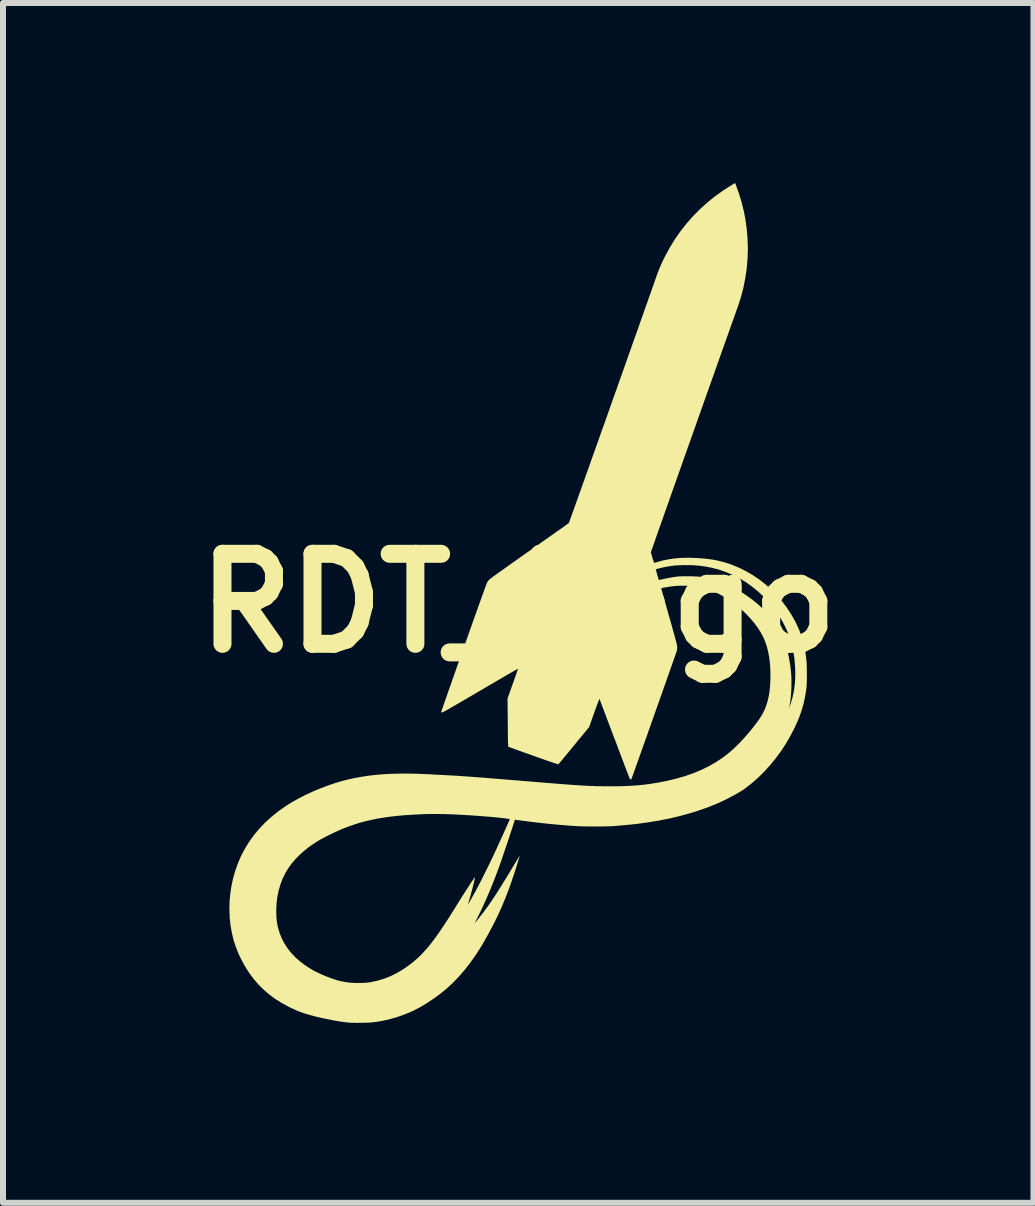
<source format=kicad_pcb>
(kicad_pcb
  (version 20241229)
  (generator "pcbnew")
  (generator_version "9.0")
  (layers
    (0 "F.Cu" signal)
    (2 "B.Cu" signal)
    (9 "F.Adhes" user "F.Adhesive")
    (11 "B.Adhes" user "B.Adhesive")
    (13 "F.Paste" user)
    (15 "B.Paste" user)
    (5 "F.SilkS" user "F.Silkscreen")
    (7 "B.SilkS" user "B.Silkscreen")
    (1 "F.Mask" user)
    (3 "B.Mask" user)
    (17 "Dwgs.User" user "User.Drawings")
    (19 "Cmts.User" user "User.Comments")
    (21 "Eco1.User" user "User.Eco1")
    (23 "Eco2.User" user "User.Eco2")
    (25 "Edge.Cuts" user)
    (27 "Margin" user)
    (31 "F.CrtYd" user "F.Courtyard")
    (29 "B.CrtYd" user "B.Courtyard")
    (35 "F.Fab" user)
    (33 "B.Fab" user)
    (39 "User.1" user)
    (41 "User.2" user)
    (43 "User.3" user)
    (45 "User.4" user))
  (footprint "RDT_Logo"
    (layer "F.Cu")
    (at 5.586 7)
    (property "Reference" "RDT_Logo" (at 0 0 0) (layer "F.SilkS") (effects (font (size 1.5 1.5) (thickness 0.3))))
    (attr board_only exclude_from_pos_files exclude_from_bom)
    (fp_poly (pts (xy 3.629 -6.961) (xy 3.68 -6.817) (xy 3.724 -6.672) (xy 3.76 -6.526) (xy 3.784 -6.401) (xy 3.807 -6.235) (xy 3.821 -6.07) (xy 3.826 -5.905) (xy 3.821 -5.74) (xy 3.807 -5.577) (xy 3.783 -5.414) (xy 3.751 -5.253) (xy 3.709 -5.094) (xy 3.658 -4.937) (xy 3.644 -4.899) (xy 3.64 -4.886) (xy 3.632 -4.865) (xy 3.622 -4.837) (xy 3.609 -4.8) (xy 3.594 -4.757) (xy 3.576 -4.707) (xy 3.555 -4.65) (xy 3.533 -4.587) (xy 3.509 -4.518) (xy 3.482 -4.444) (xy 3.454 -4.364) (xy 3.424 -4.28) (xy 3.392 -4.191) (xy 3.359 -4.098) (xy 3.325 -4.001) (xy 3.289 -3.901) (xy 3.253 -3.797) (xy 3.215 -3.691) (xy 3.177 -3.582) (xy 3.137 -3.472) (xy 3.097 -3.359) (xy 3.057 -3.245) (xy 3.016 -3.13) (xy 2.975 -3.014) (xy 2.934 -2.898) (xy 2.893 -2.782) (xy 2.852 -2.666) (xy 2.811 -2.551) (xy 2.77 -2.436) (xy 2.73 -2.323) (xy 2.691 -2.212) (xy 2.652 -2.102) (xy 2.614 -1.995) (xy 2.577 -1.89) (xy 2.541 -1.789) (xy 2.507 -1.691) (xy 2.473 -1.596) (xy 2.441 -1.506) (xy 2.411 -1.42) (xy 2.382 -1.338) (xy 2.355 -1.262) (xy 2.33 -1.191) (xy 2.307 -1.125) (xy 2.286 -1.066) (xy 2.268 -1.013) (xy 2.251 -0.967) (xy 2.238 -0.928) (xy 2.227 -0.897) (xy 2.218 -0.873) (xy 2.213 -0.857) (xy 2.21 -0.85) (xy 2.21 -0.849) (xy 2.212 -0.841) (xy 2.215 -0.826) (xy 2.221 -0.807) (xy 2.227 -0.784) (xy 2.235 -0.76) (xy 2.242 -0.735) (xy 2.25 -0.712) (xy 2.256 -0.693) (xy 2.261 -0.679) (xy 2.265 -0.671) (xy 2.266 -0.67) (xy 2.272 -0.672) (xy 2.285 -0.676) (xy 2.303 -0.681) (xy 2.324 -0.687) (xy 2.419 -0.713) (xy 2.517 -0.732) (xy 2.618 -0.746) (xy 2.723 -0.754) (xy 2.834 -0.756) (xy 2.879 -0.755) (xy 2.989 -0.751) (xy 3.091 -0.743) (xy 3.184 -0.733) (xy 3.269 -0.72) (xy 3.313 -0.711) (xy 3.438 -0.68) (xy 3.56 -0.639) (xy 3.679 -0.59) (xy 3.794 -0.533) (xy 3.906 -0.468) (xy 4.013 -0.396) (xy 4.116 -0.316) (xy 4.213 -0.229) (xy 4.305 -0.135) (xy 4.392 -0.035) (xy 4.472 0.071) (xy 4.546 0.183) (xy 4.613 0.301) (xy 4.641 0.358) (xy 4.681 0.447) (xy 4.716 0.539) (xy 4.745 0.635) (xy 4.768 0.736) (xy 4.788 0.843) (xy 4.802 0.958) (xy 4.803 0.964) (xy 4.805 0.987) (xy 4.806 1.018) (xy 4.807 1.055) (xy 4.808 1.096) (xy 4.809 1.14) (xy 4.809 1.185) (xy 4.809 1.231) (xy 4.809 1.274) (xy 4.808 1.315) (xy 4.807 1.351) (xy 4.805 1.381) (xy 4.803 1.404) (xy 4.803 1.409) (xy 4.787 1.513) (xy 4.769 1.611) (xy 4.747 1.703) (xy 4.72 1.793) (xy 4.689 1.883) (xy 4.652 1.973) (xy 4.609 2.068) (xy 4.597 2.092) (xy 4.529 2.223) (xy 4.455 2.35) (xy 4.374 2.473) (xy 4.287 2.59) (xy 4.195 2.702) (xy 4.099 2.808) (xy 3.999 2.907) (xy 3.896 2.998) (xy 3.789 3.081) (xy 3.767 3.097) (xy 3.729 3.123) (xy 3.683 3.151) (xy 3.632 3.181) (xy 3.577 3.211) (xy 3.519 3.242) (xy 3.46 3.272) (xy 3.4 3.301) (xy 3.343 3.327) (xy 3.308 3.343) (xy 3.16 3.402) (xy 3.007 3.456) (xy 2.85 3.505) (xy 2.688 3.549) (xy 2.52 3.589) (xy 2.346 3.623) (xy 2.165 3.653) (xy 1.978 3.679) (xy 1.783 3.699) (xy 1.58 3.716) (xy 1.574 3.716) (xy 1.544 3.718) (xy 1.507 3.719) (xy 1.463 3.72) (xy 1.413 3.721) (xy 1.36 3.722) (xy 1.305 3.722) (xy 1.248 3.722) (xy 1.192 3.722) (xy 1.139 3.721) (xy 1.088 3.72) (xy 1.042 3.719) (xy 1.003 3.718) (xy 0.978 3.716) (xy 0.879 3.71) (xy 0.773 3.702) (xy 0.661 3.692) (xy 0.544 3.681) (xy 0.424 3.669) (xy 0.303 3.655) (xy 0.182 3.641) (xy 0.063 3.625) (xy -0.027 3.613) (xy -0.056 3.609) (xy -0.086 3.701) (xy -0.1 3.746) (xy -0.117 3.797) (xy -0.135 3.852) (xy -0.154 3.911) (xy -0.175 3.973) (xy -0.196 4.035) (xy -0.217 4.097) (xy -0.237 4.157) (xy -0.257 4.215) (xy -0.275 4.269) (xy -0.292 4.318) (xy -0.307 4.36) (xy -0.32 4.395) (xy -0.32 4.397) (xy -0.37 4.531) (xy -0.419 4.657) (xy -0.467 4.776) (xy -0.516 4.891) (xy -0.565 5.001) (xy -0.615 5.11) (xy -0.667 5.215) (xy -0.682 5.246) (xy -0.696 5.273) (xy -0.707 5.297) (xy -0.716 5.315) (xy -0.722 5.327) (xy -0.724 5.332) (xy -0.724 5.332) (xy -0.72 5.329) (xy -0.711 5.318) (xy -0.699 5.303) (xy -0.683 5.283) (xy -0.664 5.259) (xy -0.644 5.234) (xy -0.623 5.206) (xy -0.601 5.179) (xy -0.581 5.152) (xy -0.562 5.126) (xy -0.545 5.103) (xy -0.539 5.096) (xy -0.505 5.049) (xy -0.471 5.001) (xy -0.437 4.95) (xy -0.401 4.896) (xy -0.363 4.839) (xy -0.324 4.777) (xy -0.282 4.71) (xy -0.237 4.637) (xy -0.188 4.558) (xy -0.136 4.472) (xy -0.098 4.408) (xy -0.074 4.369) (xy -0.052 4.333) (xy -0.032 4.3) (xy -0.015 4.271) (xy 0.000174 4.246) (xy 0.012 4.228) (xy 0.019 4.216) (xy 0.022 4.211) (xy 0.022 4.211) (xy 0.023 4.21) (xy 0.024 4.21) (xy 0.023 4.213) (xy 0.022 4.219) (xy 0.019 4.228) (xy 0.015 4.243) (xy 0.008 4.264) (xy -0.000064 4.291) (xy -0.011 4.326) (xy -0.014 4.338) (xy -0.064 4.497) (xy -0.115 4.647) (xy -0.166 4.79) (xy -0.219 4.926) (xy -0.273 5.056) (xy -0.329 5.181) (xy -0.385 5.297) (xy -0.411 5.347) (xy -0.439 5.402) (xy -0.47 5.459) (xy -0.501 5.517) (xy -0.533 5.574) (xy -0.563 5.628) (xy -0.592 5.678) (xy -0.617 5.721) (xy -0.619 5.723) (xy -0.706 5.86) (xy -0.798 5.989) (xy -0.892 6.111) (xy -0.99 6.224) (xy -1.091 6.329) (xy -1.195 6.425) (xy -1.302 6.512) (xy -1.317 6.523) (xy -1.355 6.551) (xy -1.397 6.581) (xy -1.442 6.612) (xy -1.488 6.642) (xy -1.534 6.672) (xy -1.577 6.699) (xy -1.616 6.722) (xy -1.642 6.737) (xy -1.763 6.799) (xy -1.889 6.852) (xy -2.019 6.898) (xy -2.151 6.936) (xy -2.26 6.96) (xy -2.311 6.969) (xy -2.358 6.977) (xy -2.402 6.982) (xy -2.447 6.987) (xy -2.495 6.99) (xy -2.547 6.992) (xy -2.606 6.993) (xy -2.625 6.993) (xy -2.664 6.994) (xy -2.702 6.994) (xy -2.739 6.993) (xy -2.771 6.993) (xy -2.797 6.992) (xy -2.816 6.991) (xy -2.82 6.99) (xy -2.869 6.985) (xy -2.919 6.979) (xy -2.971 6.972) (xy -3.027 6.962) (xy -3.087 6.951) (xy -3.153 6.938) (xy -3.226 6.923) (xy -3.303 6.906) (xy -3.397 6.884) (xy -3.482 6.861) (xy -3.562 6.837) (xy -3.639 6.81) (xy -3.713 6.78) (xy -3.786 6.746) (xy -3.829 6.725) (xy -3.944 6.662) (xy -4.052 6.594) (xy -4.152 6.52) (xy -4.244 6.44) (xy -4.33 6.355) (xy -4.409 6.263) (xy -4.482 6.165) (xy -4.53 6.09) (xy -4.555 6.049) (xy -4.581 6.003) (xy -4.606 5.955) (xy -4.63 5.908) (xy -4.651 5.864) (xy -4.663 5.84) (xy -4.708 5.725) (xy -4.746 5.606) (xy -4.775 5.483) (xy -4.796 5.358) (xy -4.809 5.232) (xy -4.813 5.117) (xy -4.033 5.117) (xy -4.032 5.174) (xy -4.031 5.207) (xy -4.029 5.24) (xy -4.026 5.271) (xy -4.024 5.298) (xy -4.022 5.313) (xy -4.003 5.41) (xy -3.975 5.502) (xy -3.939 5.591) (xy -3.894 5.676) (xy -3.841 5.757) (xy -3.779 5.834) (xy -3.709 5.907) (xy -3.631 5.975) (xy -3.544 6.04) (xy -3.52 6.056) (xy -3.471 6.087) (xy -3.423 6.116) (xy -3.375 6.141) (xy -3.324 6.166) (xy -3.269 6.191) (xy -3.207 6.217) (xy -3.139 6.243) (xy -3.077 6.265) (xy -3.018 6.284) (xy -2.962 6.298) (xy -2.905 6.31) (xy -2.847 6.319) (xy -2.787 6.326) (xy -2.757 6.328) (xy -2.72 6.329) (xy -2.679 6.33) (xy -2.635 6.329) (xy -2.591 6.328) (xy -2.549 6.326) (xy -2.511 6.323) (xy -2.479 6.319) (xy -2.465 6.317) (xy -2.352 6.293) (xy -2.242 6.261) (xy -2.135 6.219) (xy -2.031 6.168) (xy -1.928 6.108) (xy -1.828 6.039) (xy -1.821 6.034) (xy -1.774 5.998) (xy -1.728 5.96) (xy -1.683 5.921) (xy -1.64 5.88) (xy -1.596 5.836) (xy -1.553 5.789) (xy -1.509 5.739) (xy -1.465 5.685) (xy -1.419 5.626) (xy -1.372 5.562) (xy -1.323 5.493) (xy -1.272 5.418) (xy -1.218 5.337) (xy -1.16 5.248) (xy -1.1 5.152) (xy -1.035 5.049) (xy -1.034 5.047) (xy -1.023 5.028) (xy -0.844 5.028) (xy -0.841 5.031) (xy -0.839 5.028) (xy -0.841 5.026) (xy -0.844 5.028) (xy -1.023 5.028) (xy -1.003 4.997) (xy -0.972 4.947) (xy -0.941 4.897) (xy -0.91 4.849) (xy -0.88 4.802) (xy -0.852 4.758) (xy -0.825 4.718) (xy -0.801 4.68) (xy -0.779 4.648) (xy -0.76 4.62) (xy -0.745 4.597) (xy -0.733 4.581) (xy -0.725 4.572) (xy -0.722 4.57) (xy -0.722 4.57) (xy -0.723 4.578) (xy -0.725 4.593) (xy -0.73 4.616) (xy -0.736 4.644) (xy -0.744 4.677) (xy -0.753 4.712) (xy -0.763 4.751) (xy -0.773 4.79) (xy -0.784 4.829) (xy -0.794 4.867) (xy -0.804 4.903) (xy -0.814 4.935) (xy -0.82 4.957) (xy -0.827 4.979) (xy -0.833 4.998) (xy -0.836 5.012) (xy -0.838 5.019) (xy -0.838 5.019) (xy -0.835 5.016) (xy -0.828 5.005) (xy -0.818 4.988) (xy -0.805 4.966) (xy -0.79 4.94) (xy -0.773 4.91) (xy -0.755 4.878) (xy -0.737 4.845) (xy -0.718 4.812) (xy -0.701 4.779) (xy -0.698 4.774) (xy -0.68 4.741) (xy -0.66 4.702) (xy -0.637 4.657) (xy -0.611 4.607) (xy -0.585 4.554) (xy -0.557 4.499) (xy -0.53 4.444) (xy -0.503 4.39) (xy -0.477 4.337) (xy -0.454 4.288) (xy -0.433 4.244) (xy -0.429 4.236) (xy -0.413 4.203) (xy -0.396 4.166) (xy -0.377 4.125) (xy -0.357 4.082) (xy -0.336 4.036) (xy -0.315 3.989) (xy -0.293 3.941) (xy -0.271 3.894) (xy -0.25 3.847) (xy -0.23 3.802) (xy -0.211 3.76) (xy -0.193 3.721) (xy -0.178 3.686) (xy -0.165 3.657) (xy -0.154 3.633) (xy -0.146 3.615) (xy -0.142 3.605) (xy -0.141 3.602) (xy -0.146 3.599) (xy -0.16 3.596) (xy -0.182 3.592) (xy -0.213 3.587) (xy -0.252 3.583) (xy -0.299 3.577) (xy -0.353 3.572) (xy -0.414 3.566) (xy -0.481 3.56) (xy -0.631 3.548) (xy -0.772 3.538) (xy -0.905 3.53) (xy -1.03 3.523) (xy -1.148 3.518) (xy -1.26 3.515) (xy -1.365 3.514) (xy -1.466 3.514) (xy -1.561 3.516) (xy -1.612 3.518) (xy -1.754 3.525) (xy -1.889 3.534) (xy -2.015 3.545) (xy -2.135 3.559) (xy -2.249 3.575) (xy -2.358 3.593) (xy -2.462 3.615) (xy -2.563 3.639) (xy -2.661 3.666) (xy -2.756 3.697) (xy -2.851 3.731) (xy -2.945 3.768) (xy -2.964 3.776) (xy -2.998 3.791) (xy -3.036 3.809) (xy -3.079 3.829) (xy -3.123 3.85) (xy -3.168 3.872) (xy -3.21 3.894) (xy -3.249 3.914) (xy -3.283 3.932) (xy -3.302 3.942) (xy -3.395 4) (xy -3.484 4.061) (xy -3.567 4.127) (xy -3.644 4.196) (xy -3.714 4.267) (xy -3.776 4.34) (xy -3.826 4.408) (xy -3.88 4.497) (xy -3.926 4.59) (xy -3.963 4.688) (xy -3.993 4.79) (xy -4.015 4.896) (xy -4.028 5.005) (xy -4.033 5.117) (xy -4.813 5.117) (xy -4.814 5.103) (xy -4.811 4.974) (xy -4.799 4.845) (xy -4.78 4.717) (xy -4.753 4.59) (xy -4.717 4.464) (xy -4.674 4.342) (xy -4.623 4.222) (xy -4.604 4.183) (xy -4.541 4.067) (xy -4.469 3.954) (xy -4.39 3.847) (xy -4.302 3.744) (xy -4.206 3.645) (xy -4.102 3.552) (xy -3.99 3.463) (xy -3.869 3.379) (xy -3.869 3.378) (xy -3.766 3.314) (xy -3.655 3.252) (xy -3.538 3.193) (xy -3.417 3.137) (xy -3.292 3.085) (xy -3.166 3.037) (xy -3.04 2.995) (xy -2.916 2.959) (xy -2.837 2.939) (xy -2.723 2.914) (xy -2.607 2.893) (xy -2.488 2.875) (xy -2.365 2.861) (xy -2.237 2.851) (xy -2.105 2.844) (xy -1.966 2.841) (xy -1.821 2.841) (xy -1.669 2.844) (xy -1.509 2.851) (xy -1.461 2.853) (xy -1.433 2.855) (xy -1.399 2.857) (xy -1.359 2.859) (xy -1.317 2.861) (xy -1.275 2.863) (xy -1.239 2.865) (xy -1.185 2.868) (xy -1.132 2.871) (xy -1.079 2.874) (xy -1.025 2.877) (xy -0.969 2.881) (xy -0.912 2.885) (xy -0.853 2.889) (xy -0.79 2.893) (xy -0.724 2.898) (xy -0.653 2.904) (xy -0.578 2.909) (xy -0.497 2.916) (xy -0.41 2.923) (xy -0.316 2.93) (xy -0.215 2.939) (xy -0.107 2.948) (xy 0.011 2.957) (xy 0.064 2.962) (xy 0.187 2.972) (xy 0.301 2.981) (xy 0.407 2.99) (xy 0.505 2.998) (xy 0.596 3.005) (xy 0.68 3.012) (xy 0.757 3.018) (xy 0.829 3.023) (xy 0.895 3.028) (xy 0.957 3.032) (xy 1.014 3.036) (xy 1.067 3.039) (xy 1.117 3.042) (xy 1.165 3.045) (xy 1.21 3.047) (xy 1.253 3.048) (xy 1.295 3.05) (xy 1.337 3.051) (xy 1.378 3.051) (xy 1.419 3.052) (xy 1.461 3.052) (xy 1.504 3.052) (xy 1.534 3.052) (xy 1.642 3.052) (xy 1.743 3.05) (xy 1.838 3.046) (xy 1.928 3.041) (xy 2.015 3.034) (xy 2.1 3.025) (xy 2.186 3.014) (xy 2.274 3) (xy 2.323 2.992) (xy 2.483 2.961) (xy 2.635 2.924) (xy 2.78 2.882) (xy 2.918 2.834) (xy 3.048 2.78) (xy 3.171 2.72) (xy 3.287 2.654) (xy 3.395 2.583) (xy 3.424 2.562) (xy 3.482 2.518) (xy 3.536 2.473) (xy 3.59 2.425) (xy 3.645 2.372) (xy 3.678 2.339) (xy 3.753 2.26) (xy 3.826 2.177) (xy 3.898 2.09) (xy 3.97 1.997) (xy 4.015 1.934) (xy 4.058 1.868) (xy 4.095 1.798) (xy 4.127 1.723) (xy 4.152 1.642) (xy 4.173 1.555) (xy 4.188 1.462) (xy 4.197 1.362) (xy 4.202 1.258) (xy 4.202 1.136) (xy 4.195 1.02) (xy 4.183 0.911) (xy 4.164 0.809) (xy 4.139 0.714) (xy 4.108 0.626) (xy 4.087 0.577) (xy 4.043 0.493) (xy 3.99 0.41) (xy 3.93 0.328) (xy 3.861 0.248) (xy 3.787 0.17) (xy 3.706 0.096) (xy 3.62 0.025) (xy 3.529 -0.041) (xy 3.434 -0.102) (xy 3.37 -0.139) (xy 3.288 -0.181) (xy 3.208 -0.215) (xy 3.127 -0.242) (xy 3.045 -0.263) (xy 2.958 -0.278) (xy 2.867 -0.287) (xy 2.77 -0.29) (xy 2.756 -0.29) (xy 2.704 -0.29) (xy 2.66 -0.288) (xy 2.619 -0.286) (xy 2.578 -0.282) (xy 2.536 -0.276) (xy 2.489 -0.269) (xy 2.486 -0.268) (xy 2.452 -0.263) (xy 2.427 -0.258) (xy 2.408 -0.255) (xy 2.396 -0.252) (xy 2.388 -0.249) (xy 2.385 -0.247) (xy 2.383 -0.244) (xy 2.384 -0.24) (xy 2.384 -0.24) (xy 2.385 -0.234) (xy 2.389 -0.22) (xy 2.395 -0.198) (xy 2.403 -0.169) (xy 2.413 -0.133) (xy 2.425 -0.091) (xy 2.438 -0.044) (xy 2.453 0.007) (xy 2.469 0.063) (xy 2.486 0.123) (xy 2.503 0.185) (xy 2.515 0.226) (xy 2.537 0.302) (xy 2.556 0.369) (xy 2.572 0.429) (xy 2.587 0.481) (xy 2.6 0.526) (xy 2.61 0.565) (xy 2.619 0.598) (xy 2.627 0.626) (xy 2.633 0.65) (xy 2.638 0.669) (xy 2.641 0.685) (xy 2.644 0.698) (xy 2.646 0.709) (xy 2.647 0.718) (xy 2.647 0.724) (xy 2.648 0.75) (xy 2.646 0.773) (xy 2.644 0.788) (xy 2.642 0.795) (xy 2.637 0.81) (xy 2.629 0.834) (xy 2.618 0.864) (xy 2.605 0.902) (xy 2.59 0.946) (xy 2.572 0.995) (xy 2.553 1.051) (xy 2.531 1.111) (xy 2.509 1.176) (xy 2.484 1.245) (xy 2.459 1.318) (xy 2.432 1.394) (xy 2.404 1.472) (xy 2.376 1.553) (xy 2.347 1.635) (xy 2.317 1.719) (xy 2.287 1.803) (xy 2.257 1.888) (xy 2.227 1.972) (xy 2.198 2.056) (xy 2.168 2.139) (xy 2.14 2.22) (xy 2.112 2.299) (xy 2.084 2.376) (xy 2.058 2.449) (xy 2.033 2.52) (xy 2.01 2.586) (xy 1.988 2.648) (xy 1.967 2.704) (xy 1.949 2.756) (xy 1.933 2.802) (xy 1.919 2.841) (xy 1.907 2.874) (xy 1.898 2.899) (xy 1.891 2.917) (xy 1.887 2.926) (xy 1.887 2.928) (xy 1.878 2.937) (xy 1.867 2.937) (xy 1.862 2.934) (xy 1.86 2.929) (xy 1.855 2.916) (xy 1.846 2.895) (xy 1.835 2.867) (xy 1.821 2.832) (xy 1.805 2.79) (xy 1.787 2.743) (xy 1.767 2.69) (xy 1.745 2.632) (xy 1.721 2.569) (xy 1.696 2.503) (xy 1.669 2.433) (xy 1.642 2.36) (xy 1.614 2.285) (xy 1.607 2.267) (xy 1.578 2.191) (xy 1.55 2.117) (xy 1.524 2.047) (xy 1.498 1.979) (xy 1.474 1.916) (xy 1.452 1.857) (xy 1.431 1.802) (xy 1.413 1.753) (xy 1.396 1.71) (xy 1.382 1.673) (xy 1.371 1.642) (xy 1.362 1.619) (xy 1.356 1.604) (xy 1.353 1.597) (xy 1.353 1.597) (xy 1.351 1.599) (xy 1.346 1.611) (xy 1.338 1.631) (xy 1.327 1.658) (xy 1.314 1.694) (xy 1.298 1.736) (xy 1.28 1.786) (xy 1.265 1.828) (xy 1.181 2.066) (xy 0.929 2.371) (xy 0.891 2.418) (xy 0.854 2.463) (xy 0.82 2.505) (xy 0.787 2.544) (xy 0.758 2.579) (xy 0.733 2.61) (xy 0.711 2.636) (xy 0.693 2.657) (xy 0.681 2.673) (xy 0.673 2.681) (xy 0.672 2.683) (xy 0.669 2.684) (xy 0.665 2.684) (xy 0.659 2.683) (xy 0.649 2.68) (xy 0.635 2.677) (xy 0.618 2.671) (xy 0.596 2.664) (xy 0.568 2.655) (xy 0.535 2.643) (xy 0.496 2.63) (xy 0.45 2.614) (xy 0.397 2.595) (xy 0.336 2.574) (xy 0.267 2.549) (xy 0.254 2.545) (xy 0.195 2.523) (xy 0.137 2.503) (xy 0.083 2.484) (xy 0.033 2.466) (xy -0.014 2.449) (xy -0.055 2.434) (xy -0.09 2.421) (xy -0.12 2.41) (xy -0.142 2.402) (xy -0.157 2.396) (xy -0.164 2.394) (xy -0.164 2.394) (xy -0.165 2.392) (xy -0.167 2.389) (xy -0.168 2.384) (xy -0.169 2.376) (xy -0.169 2.366) (xy -0.17 2.351) (xy -0.171 2.332) (xy -0.172 2.308) (xy -0.172 2.279) (xy -0.173 2.243) (xy -0.173 2.201) (xy -0.174 2.151) (xy -0.174 2.094) (xy -0.175 2.028) (xy -0.175 1.989) (xy -0.179 1.59) (xy -0.092 1.345) (xy -0.075 1.299) (xy -0.06 1.256) (xy -0.046 1.217) (xy -0.034 1.181) (xy -0.023 1.151) (xy -0.015 1.127) (xy -0.009 1.11) (xy -0.005 1.1) (xy -0.005 1.098) (xy -0.008 1.096) (xy -0.01 1.096) (xy -0.014 1.098) (xy -0.027 1.105) (xy -0.046 1.116) (xy -0.072 1.131) (xy -0.105 1.15) (xy -0.144 1.172) (xy -0.188 1.198) (xy -0.237 1.226) (xy -0.29 1.258) (xy -0.348 1.291) (xy -0.409 1.327) (xy -0.474 1.365) (xy -0.541 1.404) (xy -0.611 1.445) (xy -0.639 1.461) (xy -0.729 1.514) (xy -0.811 1.562) (xy -0.886 1.606) (xy -0.953 1.645) (xy -1.013 1.68) (xy -1.066 1.711) (xy -1.113 1.737) (xy -1.153 1.76) (xy -1.186 1.779) (xy -1.214 1.795) (xy -1.236 1.807) (xy -1.253 1.816) (xy -1.264 1.821) (xy -1.27 1.824) (xy -1.272 1.824) (xy -1.281 1.818) (xy -1.284 1.814) (xy -1.282 1.809) (xy -1.278 1.796) (xy -1.271 1.774) (xy -1.261 1.746) (xy -1.249 1.71) (xy -1.234 1.667) (xy -1.217 1.619) (xy -1.198 1.565) (xy -1.178 1.506) (xy -1.155 1.442) (xy -1.131 1.374) (xy -1.106 1.302) (xy -1.08 1.227) (xy -1.052 1.149) (xy -1.024 1.069) (xy -0.995 0.987) (xy -0.966 0.904) (xy -0.936 0.819) (xy -0.906 0.735) (xy -0.876 0.65) (xy -0.846 0.566) (xy -0.817 0.482) (xy -0.787 0.4) (xy -0.759 0.32) (xy -0.731 0.242) (xy -0.705 0.168) (xy -0.679 0.096) (xy -0.655 0.028) (xy -0.632 -0.036) (xy -0.611 -0.095) (xy -0.592 -0.148) (xy -0.574 -0.196) (xy -0.559 -0.239) (xy -0.546 -0.274) (xy -0.536 -0.303) (xy -0.528 -0.324) (xy -0.523 -0.337) (xy -0.521 -0.341) (xy -0.511 -0.357) (xy -0.498 -0.375) (xy -0.484 -0.391) (xy -0.477 -0.397) (xy -0.463 -0.408) (xy -0.442 -0.424) (xy -0.414 -0.445) (xy -0.379 -0.47) (xy -0.337 -0.501) (xy -0.287 -0.536) (xy -0.25 -0.562) (xy 2.293 -0.562) (xy 2.293 -0.557) (xy 2.296 -0.545) (xy 2.301 -0.528) (xy 2.307 -0.506) (xy 2.313 -0.482) (xy 2.32 -0.457) (xy 2.327 -0.434) (xy 2.333 -0.414) (xy 2.338 -0.398) (xy 2.342 -0.388) (xy 2.343 -0.387) (xy 2.348 -0.387) (xy 2.361 -0.389) (xy 2.379 -0.392) (xy 2.401 -0.398) (xy 2.402 -0.398) (xy 2.443 -0.407) (xy 2.491 -0.417) (xy 2.542 -0.426) (xy 2.593 -0.435) (xy 2.641 -0.441) (xy 2.644 -0.442) (xy 2.671 -0.444) (xy 2.705 -0.446) (xy 2.745 -0.447) (xy 2.789 -0.448) (xy 2.834 -0.448) (xy 2.88 -0.447) (xy 2.923 -0.446) (xy 2.963 -0.444) (xy 2.998 -0.442) (xy 3.025 -0.439) (xy 3.025 -0.439) (xy 3.132 -0.421) (xy 3.235 -0.398) (xy 3.334 -0.369) (xy 3.431 -0.333) (xy 3.528 -0.289) (xy 3.625 -0.239) (xy 3.723 -0.18) (xy 3.786 -0.139) (xy 3.893 -0.063) (xy 3.992 0.017) (xy 4.083 0.1) (xy 4.166 0.188) (xy 4.24 0.278) (xy 4.306 0.372) (xy 4.363 0.469) (xy 4.412 0.568) (xy 4.432 0.616) (xy 4.453 0.677) (xy 4.473 0.745) (xy 4.492 0.819) (xy 4.509 0.899) (xy 4.523 0.981) (xy 4.536 1.065) (xy 4.545 1.149) (xy 4.548 1.182) (xy 4.551 1.234) (xy 4.552 1.292) (xy 4.552 1.353) (xy 4.551 1.415) (xy 4.548 1.478) (xy 4.543 1.539) (xy 4.538 1.596) (xy 4.531 1.649) (xy 4.524 1.696) (xy 4.516 1.729) (xy 4.515 1.737) (xy 4.516 1.737) (xy 4.52 1.73) (xy 4.525 1.717) (xy 4.531 1.7) (xy 4.538 1.679) (xy 4.54 1.675) (xy 4.571 1.568) (xy 4.594 1.457) (xy 4.609 1.342) (xy 4.616 1.222) (xy 4.615 1.097) (xy 4.606 0.967) (xy 4.599 0.901) (xy 4.579 0.781) (xy 4.551 0.663) (xy 4.513 0.547) (xy 4.467 0.433) (xy 4.412 0.322) (xy 4.349 0.215) (xy 4.277 0.111) (xy 4.198 0.01) (xy 4.111 -0.085) (xy 4.097 -0.099) (xy 4.002 -0.189) (xy 3.901 -0.271) (xy 3.797 -0.346) (xy 3.688 -0.412) (xy 3.576 -0.469) (xy 3.46 -0.518) (xy 3.342 -0.559) (xy 3.22 -0.59) (xy 3.097 -0.613) (xy 3.087 -0.614) (xy 3.028 -0.622) (xy 2.974 -0.627) (xy 2.92 -0.631) (xy 2.864 -0.633) (xy 2.804 -0.633) (xy 2.753 -0.633) (xy 2.697 -0.631) (xy 2.648 -0.629) (xy 2.604 -0.626) (xy 2.562 -0.621) (xy 2.521 -0.615) (xy 2.477 -0.608) (xy 2.441 -0.601) (xy 2.414 -0.595) (xy 2.387 -0.589) (xy 2.36 -0.582) (xy 2.336 -0.576) (xy 2.315 -0.57) (xy 2.3 -0.566) (xy 2.293 -0.563) (xy 2.293 -0.562) (xy -0.25 -0.562) (xy -0.23 -0.576) (xy -0.166 -0.622) (xy -0.095 -0.673) (xy -0.016 -0.728) (xy 0.071 -0.79) (xy 0.165 -0.856) (xy 0.188 -0.872) (xy 0.259 -0.922) (xy 0.327 -0.969) (xy 0.392 -1.016) (xy 0.455 -1.06) (xy 0.515 -1.102) (xy 0.571 -1.141) (xy 0.622 -1.178) (xy 0.67 -1.211) (xy 0.712 -1.241) (xy 0.75 -1.267) (xy 0.781 -1.29) (xy 0.806 -1.308) (xy 0.825 -1.321) (xy 0.838 -1.33) (xy 0.842 -1.333) (xy 0.842 -1.333) (xy 0.844 -1.338) (xy 0.849 -1.351) (xy 0.857 -1.372) (xy 0.867 -1.402) (xy 0.881 -1.439) (xy 0.896 -1.483) (xy 0.915 -1.533) (xy 0.935 -1.591) (xy 0.958 -1.654) (xy 0.983 -1.724) (xy 1.009 -1.798) (xy 1.038 -1.878) (xy 1.068 -1.963) (xy 1.1 -2.052) (xy 1.133 -2.146) (xy 1.168 -2.243) (xy 1.203 -2.343) (xy 1.24 -2.447) (xy 1.278 -2.553) (xy 1.317 -2.662) (xy 1.356 -2.773) (xy 1.396 -2.886) (xy 1.437 -3) (xy 1.478 -3.115) (xy 1.519 -3.231) (xy 1.56 -3.347) (xy 1.601 -3.464) (xy 1.643 -3.579) (xy 1.683 -3.695) (xy 1.724 -3.809) (xy 1.764 -3.922) (xy 1.804 -4.034) (xy 1.842 -4.143) (xy 1.88 -4.25) (xy 1.917 -4.355) (xy 1.953 -4.456) (xy 1.988 -4.554) (xy 2.021 -4.648) (xy 2.053 -4.738) (xy 2.084 -4.824) (xy 2.112 -4.906) (xy 2.139 -4.982) (xy 2.164 -5.052) (xy 2.187 -5.117) (xy 2.208 -5.176) (xy 2.226 -5.229) (xy 2.243 -5.274) (xy 2.256 -5.313) (xy 2.267 -5.344) (xy 2.275 -5.368) (xy 2.28 -5.383) (xy 2.28 -5.383) (xy 2.313 -5.476) (xy 2.346 -5.562) (xy 2.382 -5.646) (xy 2.421 -5.73) (xy 2.444 -5.775) (xy 2.523 -5.921) (xy 2.609 -6.062) (xy 2.703 -6.197) (xy 2.805 -6.326) (xy 2.913 -6.449) (xy 3.028 -6.565) (xy 3.15 -6.675) (xy 3.278 -6.779) (xy 3.413 -6.875) (xy 3.554 -6.965) (xy 3.573 -6.976) (xy 3.614 -7)) (stroke (width 0) (type solid)) (fill yes) (layer "F.SilkS")))
  (gr_rect
    (start -3 -3)
    (end 14.171 16.993)
    (stroke (width 0.1) (type default))
    (fill no)
    (layer "Edge.Cuts")))
</source>
